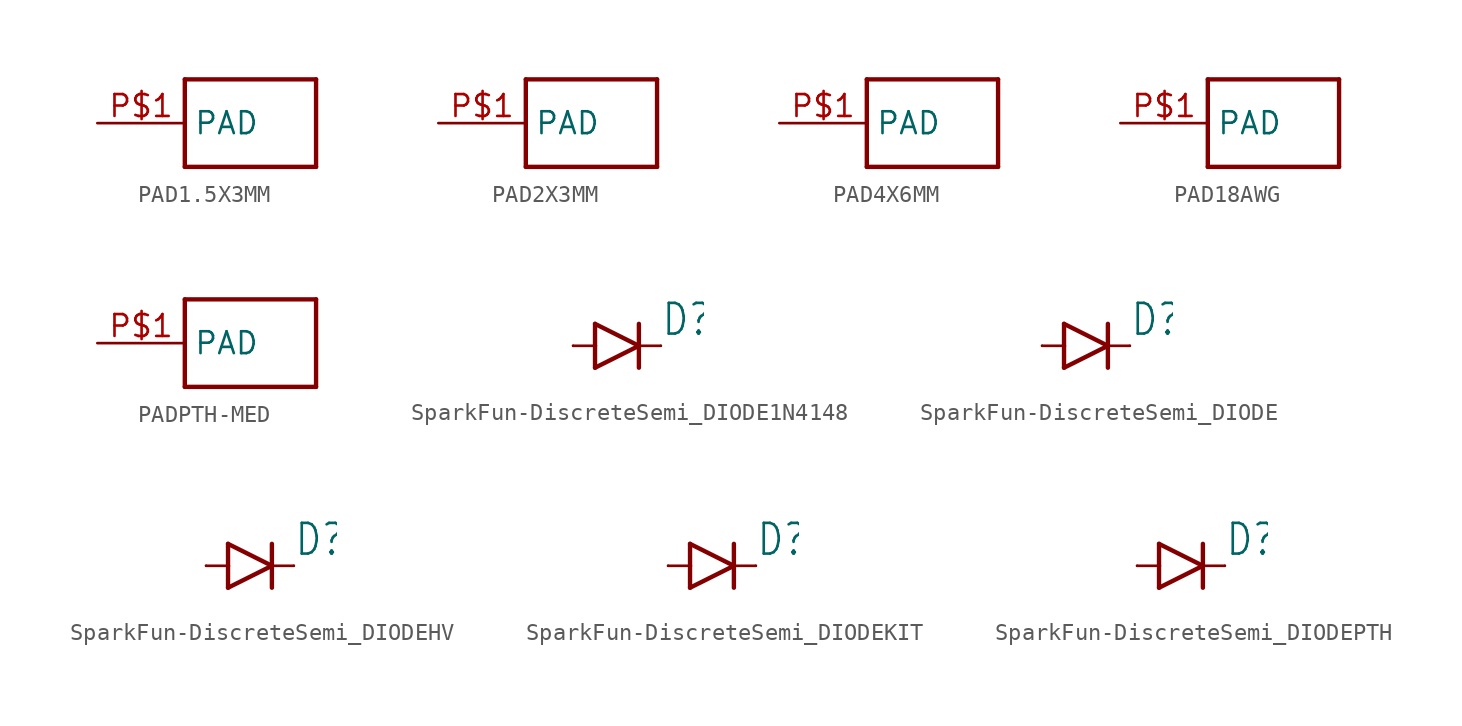
<source format=kicad_sym>
(kicad_symbol_lib
  (version 20231120)
  (generator "kicad_symbol_editor")
  (generator_version "8.0")
  (symbol "PAD1.5X3MM"
    (property "Reference" ""
      (at 0 0 0)
      (effects (font (size 1.27 1.27)) (hide yes)))
    (property "ki_locked" ""
      (at 0 0 0)
      (effects (font (size 1.27 1.27))))
    (symbol "PAD1.5X3MM_1_0"
      (polyline (pts (xy 0 -2.54) (xy 0 2.54)) (stroke (width 0.254) (type solid)) (fill (type none)))
      (polyline (pts (xy 0 2.54) (xy 7.62 2.54)) (stroke (width 0.254) (type solid)) (fill (type none)))
      (polyline (pts (xy 7.62 -2.54) (xy 0 -2.54)) (stroke (width 0.254) (type solid)) (fill (type none)))
      (polyline (pts (xy 7.62 2.54) (xy 7.62 -2.54)) (stroke (width 0.254) (type solid)) (fill (type none)))
      (pin bidirectional line (at -5.08 0 0) (length 5.08) (name "PAD" (effects (font (size 1.27 1.27)))) (number "P$1" (effects (font (size 1.27 1.27)))))))
  (symbol "PAD2X3MM"
    (property "Reference" ""
      (at 0 0 0)
      (effects (font (size 1.27 1.27)) (hide yes)))
    (property "ki_locked" ""
      (at 0 0 0)
      (effects (font (size 1.27 1.27))))
    (symbol "PAD2X3MM_1_0"
      (polyline (pts (xy 0 -2.54) (xy 0 2.54)) (stroke (width 0.254) (type solid)) (fill (type none)))
      (polyline (pts (xy 0 2.54) (xy 7.62 2.54)) (stroke (width 0.254) (type solid)) (fill (type none)))
      (polyline (pts (xy 7.62 -2.54) (xy 0 -2.54)) (stroke (width 0.254) (type solid)) (fill (type none)))
      (polyline (pts (xy 7.62 2.54) (xy 7.62 -2.54)) (stroke (width 0.254) (type solid)) (fill (type none)))
      (pin bidirectional line (at -5.08 0 0) (length 5.08) (name "PAD" (effects (font (size 1.27 1.27)))) (number "P$1" (effects (font (size 1.27 1.27)))))))
  (symbol "PAD4X6MM"
    (property "Reference" ""
      (at 0 0 0)
      (effects (font (size 1.27 1.27)) (hide yes)))
    (property "ki_locked" ""
      (at 0 0 0)
      (effects (font (size 1.27 1.27))))
    (symbol "PAD4X6MM_1_0"
      (polyline (pts (xy 0 -2.54) (xy 0 2.54)) (stroke (width 0.254) (type solid)) (fill (type none)))
      (polyline (pts (xy 0 2.54) (xy 7.62 2.54)) (stroke (width 0.254) (type solid)) (fill (type none)))
      (polyline (pts (xy 7.62 -2.54) (xy 0 -2.54)) (stroke (width 0.254) (type solid)) (fill (type none)))
      (polyline (pts (xy 7.62 2.54) (xy 7.62 -2.54)) (stroke (width 0.254) (type solid)) (fill (type none)))
      (pin bidirectional line (at -5.08 0 0) (length 5.08) (name "PAD" (effects (font (size 1.27 1.27)))) (number "P$1" (effects (font (size 1.27 1.27)))))))
  (symbol "PAD18AWG"
    (property "Reference" ""
      (at 0 0 0)
      (effects (font (size 1.27 1.27)) (hide yes)))
    (property "ki_locked" ""
      (at 0 0 0)
      (effects (font (size 1.27 1.27))))
    (symbol "PAD18AWG_1_0"
      (polyline (pts (xy 0 -2.54) (xy 0 2.54)) (stroke (width 0.254) (type solid)) (fill (type none)))
      (polyline (pts (xy 0 2.54) (xy 7.62 2.54)) (stroke (width 0.254) (type solid)) (fill (type none)))
      (polyline (pts (xy 7.62 -2.54) (xy 0 -2.54)) (stroke (width 0.254) (type solid)) (fill (type none)))
      (polyline (pts (xy 7.62 2.54) (xy 7.62 -2.54)) (stroke (width 0.254) (type solid)) (fill (type none)))
      (pin bidirectional line (at -5.08 0 0) (length 5.08) (name "PAD" (effects (font (size 1.27 1.27)))) (number "P$1" (effects (font (size 1.27 1.27)))))))
  (symbol "PADPTH-MED"
    (property "Reference" ""
      (at 0 0 0)
      (effects (font (size 1.27 1.27)) (hide yes)))
    (property "ki_locked" ""
      (at 0 0 0)
      (effects (font (size 1.27 1.27))))
    (symbol "PADPTH-MED_1_0"
      (polyline (pts (xy 0 -2.54) (xy 0 2.54)) (stroke (width 0.254) (type solid)) (fill (type none)))
      (polyline (pts (xy 0 2.54) (xy 7.62 2.54)) (stroke (width 0.254) (type solid)) (fill (type none)))
      (polyline (pts (xy 7.62 -2.54) (xy 0 -2.54)) (stroke (width 0.254) (type solid)) (fill (type none)))
      (polyline (pts (xy 7.62 2.54) (xy 7.62 -2.54)) (stroke (width 0.254) (type solid)) (fill (type none)))
      (pin bidirectional line (at -5.08 0 0) (length 5.08) (name "PAD" (effects (font (size 1.27 1.27)))) (number "P$1" (effects (font (size 1.27 1.27)))))))
  (symbol "SparkFun-DiscreteSemi_DIODE1N4148"
    (property "Reference" "D"
      (at 2.54 0.483 0)
      (effects (font (size 1.778 1.511)) (justify left bottom)))
    (property "Value" ""
      (at 2.54 -2.311 0)
      (effects (font (size 1.778 1.511)) (justify left bottom)))
    (property "ki_locked" ""
      (at 0 0 0)
      (effects (font (size 1.27 1.27))))
    (symbol "SparkFun-DiscreteSemi_DIODE1N4148_1_0"
      (polyline (pts (xy -2.54 0) (xy -1.27 0)) (stroke (width 0.152) (type solid)) (fill (type none)))
      (polyline (pts (xy -1.27 -1.27) (xy 1.27 0)) (stroke (width 0.254) (type solid)) (fill (type none)))
      (polyline (pts (xy -1.27 0) (xy -1.27 -1.27)) (stroke (width 0.254) (type solid)) (fill (type none)))
      (polyline (pts (xy -1.27 1.27) (xy -1.27 0)) (stroke (width 0.254) (type solid)) (fill (type none)))
      (polyline (pts (xy 1.27 0) (xy -1.27 1.27)) (stroke (width 0.254) (type solid)) (fill (type none)))
      (polyline (pts (xy 1.27 0) (xy 1.27 -1.27)) (stroke (width 0.254) (type solid)) (fill (type none)))
      (polyline (pts (xy 1.27 1.27) (xy 1.27 0)) (stroke (width 0.254) (type solid)) (fill (type none)))
      (polyline (pts (xy 2.54 0) (xy 1.27 0)) (stroke (width 0.152) (type solid)) (fill (type none)))
      (pin passive line (at -2.54 0 0) (length 0) (name "A" (effects (font (size 0 0)))) (number "A" (effects (font (size 0 0)))))
      (pin passive line (at 2.54 0 180) (length 0) (name "C" (effects (font (size 0 0)))) (number "C" (effects (font (size 0 0)))))))
  (symbol "SparkFun-DiscreteSemi_DIODE"
    (property "Reference" "D"
      (at 2.54 0.483 0)
      (effects (font (size 1.778 1.511)) (justify left bottom)))
    (property "Value" ""
      (at 2.54 -2.311 0)
      (effects (font (size 1.778 1.511)) (justify left bottom)))
    (property "ki_locked" ""
      (at 0 0 0)
      (effects (font (size 1.27 1.27))))
    (symbol "SparkFun-DiscreteSemi_DIODE_1_0"
      (polyline (pts (xy -2.54 0) (xy -1.27 0)) (stroke (width 0.152) (type solid)) (fill (type none)))
      (polyline (pts (xy -1.27 -1.27) (xy 1.27 0)) (stroke (width 0.254) (type solid)) (fill (type none)))
      (polyline (pts (xy -1.27 0) (xy -1.27 -1.27)) (stroke (width 0.254) (type solid)) (fill (type none)))
      (polyline (pts (xy -1.27 1.27) (xy -1.27 0)) (stroke (width 0.254) (type solid)) (fill (type none)))
      (polyline (pts (xy 1.27 0) (xy -1.27 1.27)) (stroke (width 0.254) (type solid)) (fill (type none)))
      (polyline (pts (xy 1.27 0) (xy 1.27 -1.27)) (stroke (width 0.254) (type solid)) (fill (type none)))
      (polyline (pts (xy 1.27 1.27) (xy 1.27 0)) (stroke (width 0.254) (type solid)) (fill (type none)))
      (polyline (pts (xy 2.54 0) (xy 1.27 0)) (stroke (width 0.152) (type solid)) (fill (type none)))
      (pin passive line (at -2.54 0 0) (length 0) (name "A" (effects (font (size 0 0)))) (number "A" (effects (font (size 0 0)))))
      (pin passive line (at 2.54 0 180) (length 0) (name "C" (effects (font (size 0 0)))) (number "C" (effects (font (size 0 0)))))))
  (symbol "SparkFun-DiscreteSemi_DIODEHV"
    (property "Reference" "D"
      (at 2.54 0.483 0)
      (effects (font (size 1.778 1.511)) (justify left bottom)))
    (property "Value" ""
      (at 2.54 -2.311 0)
      (effects (font (size 1.778 1.511)) (justify left bottom)))
    (property "ki_locked" ""
      (at 0 0 0)
      (effects (font (size 1.27 1.27))))
    (symbol "SparkFun-DiscreteSemi_DIODEHV_1_0"
      (polyline (pts (xy -2.54 0) (xy -1.27 0)) (stroke (width 0.152) (type solid)) (fill (type none)))
      (polyline (pts (xy -1.27 -1.27) (xy 1.27 0)) (stroke (width 0.254) (type solid)) (fill (type none)))
      (polyline (pts (xy -1.27 0) (xy -1.27 -1.27)) (stroke (width 0.254) (type solid)) (fill (type none)))
      (polyline (pts (xy -1.27 1.27) (xy -1.27 0)) (stroke (width 0.254) (type solid)) (fill (type none)))
      (polyline (pts (xy 1.27 0) (xy -1.27 1.27)) (stroke (width 0.254) (type solid)) (fill (type none)))
      (polyline (pts (xy 1.27 0) (xy 1.27 -1.27)) (stroke (width 0.254) (type solid)) (fill (type none)))
      (polyline (pts (xy 1.27 1.27) (xy 1.27 0)) (stroke (width 0.254) (type solid)) (fill (type none)))
      (polyline (pts (xy 2.54 0) (xy 1.27 0)) (stroke (width 0.152) (type solid)) (fill (type none)))
      (pin passive line (at -2.54 0 0) (length 0) (name "A" (effects (font (size 0 0)))) (number "A" (effects (font (size 0 0)))))
      (pin passive line (at 2.54 0 180) (length 0) (name "C" (effects (font (size 0 0)))) (number "C" (effects (font (size 0 0)))))))
  (symbol "SparkFun-DiscreteSemi_DIODEKIT"
    (property "Reference" "D"
      (at 2.54 0.483 0)
      (effects (font (size 1.778 1.511)) (justify left bottom)))
    (property "Value" ""
      (at 2.54 -2.311 0)
      (effects (font (size 1.778 1.511)) (justify left bottom)))
    (property "ki_locked" ""
      (at 0 0 0)
      (effects (font (size 1.27 1.27))))
    (symbol "SparkFun-DiscreteSemi_DIODEKIT_1_0"
      (polyline (pts (xy -2.54 0) (xy -1.27 0)) (stroke (width 0.152) (type solid)) (fill (type none)))
      (polyline (pts (xy -1.27 -1.27) (xy 1.27 0)) (stroke (width 0.254) (type solid)) (fill (type none)))
      (polyline (pts (xy -1.27 0) (xy -1.27 -1.27)) (stroke (width 0.254) (type solid)) (fill (type none)))
      (polyline (pts (xy -1.27 1.27) (xy -1.27 0)) (stroke (width 0.254) (type solid)) (fill (type none)))
      (polyline (pts (xy 1.27 0) (xy -1.27 1.27)) (stroke (width 0.254) (type solid)) (fill (type none)))
      (polyline (pts (xy 1.27 0) (xy 1.27 -1.27)) (stroke (width 0.254) (type solid)) (fill (type none)))
      (polyline (pts (xy 1.27 1.27) (xy 1.27 0)) (stroke (width 0.254) (type solid)) (fill (type none)))
      (polyline (pts (xy 2.54 0) (xy 1.27 0)) (stroke (width 0.152) (type solid)) (fill (type none)))
      (pin passive line (at -2.54 0 0) (length 0) (name "A" (effects (font (size 0 0)))) (number "A" (effects (font (size 0 0)))))
      (pin passive line (at 2.54 0 180) (length 0) (name "C" (effects (font (size 0 0)))) (number "C" (effects (font (size 0 0)))))))
  (symbol "SparkFun-DiscreteSemi_DIODEPTH"
    (property "Reference" "D"
      (at 2.54 0.483 0)
      (effects (font (size 1.778 1.511)) (justify left bottom)))
    (property "Value" ""
      (at 2.54 -2.311 0)
      (effects (font (size 1.778 1.511)) (justify left bottom)))
    (property "ki_locked" ""
      (at 0 0 0)
      (effects (font (size 1.27 1.27))))
    (symbol "SparkFun-DiscreteSemi_DIODEPTH_1_0"
      (polyline (pts (xy -2.54 0) (xy -1.27 0)) (stroke (width 0.152) (type solid)) (fill (type none)))
      (polyline (pts (xy -1.27 -1.27) (xy 1.27 0)) (stroke (width 0.254) (type solid)) (fill (type none)))
      (polyline (pts (xy -1.27 0) (xy -1.27 -1.27)) (stroke (width 0.254) (type solid)) (fill (type none)))
      (polyline (pts (xy -1.27 1.27) (xy -1.27 0)) (stroke (width 0.254) (type solid)) (fill (type none)))
      (polyline (pts (xy 1.27 0) (xy -1.27 1.27)) (stroke (width 0.254) (type solid)) (fill (type none)))
      (polyline (pts (xy 1.27 0) (xy 1.27 -1.27)) (stroke (width 0.254) (type solid)) (fill (type none)))
      (polyline (pts (xy 1.27 1.27) (xy 1.27 0)) (stroke (width 0.254) (type solid)) (fill (type none)))
      (polyline (pts (xy 2.54 0) (xy 1.27 0)) (stroke (width 0.152) (type solid)) (fill (type none)))
      (pin passive line (at -2.54 0 0) (length 0) (name "A" (effects (font (size 0 0)))) (number "A" (effects (font (size 0 0)))))
      (pin passive line (at 2.54 0 180) (length 0) (name "C" (effects (font (size 0 0)))) (number "C" (effects (font (size 0 0))))))))
</source>
